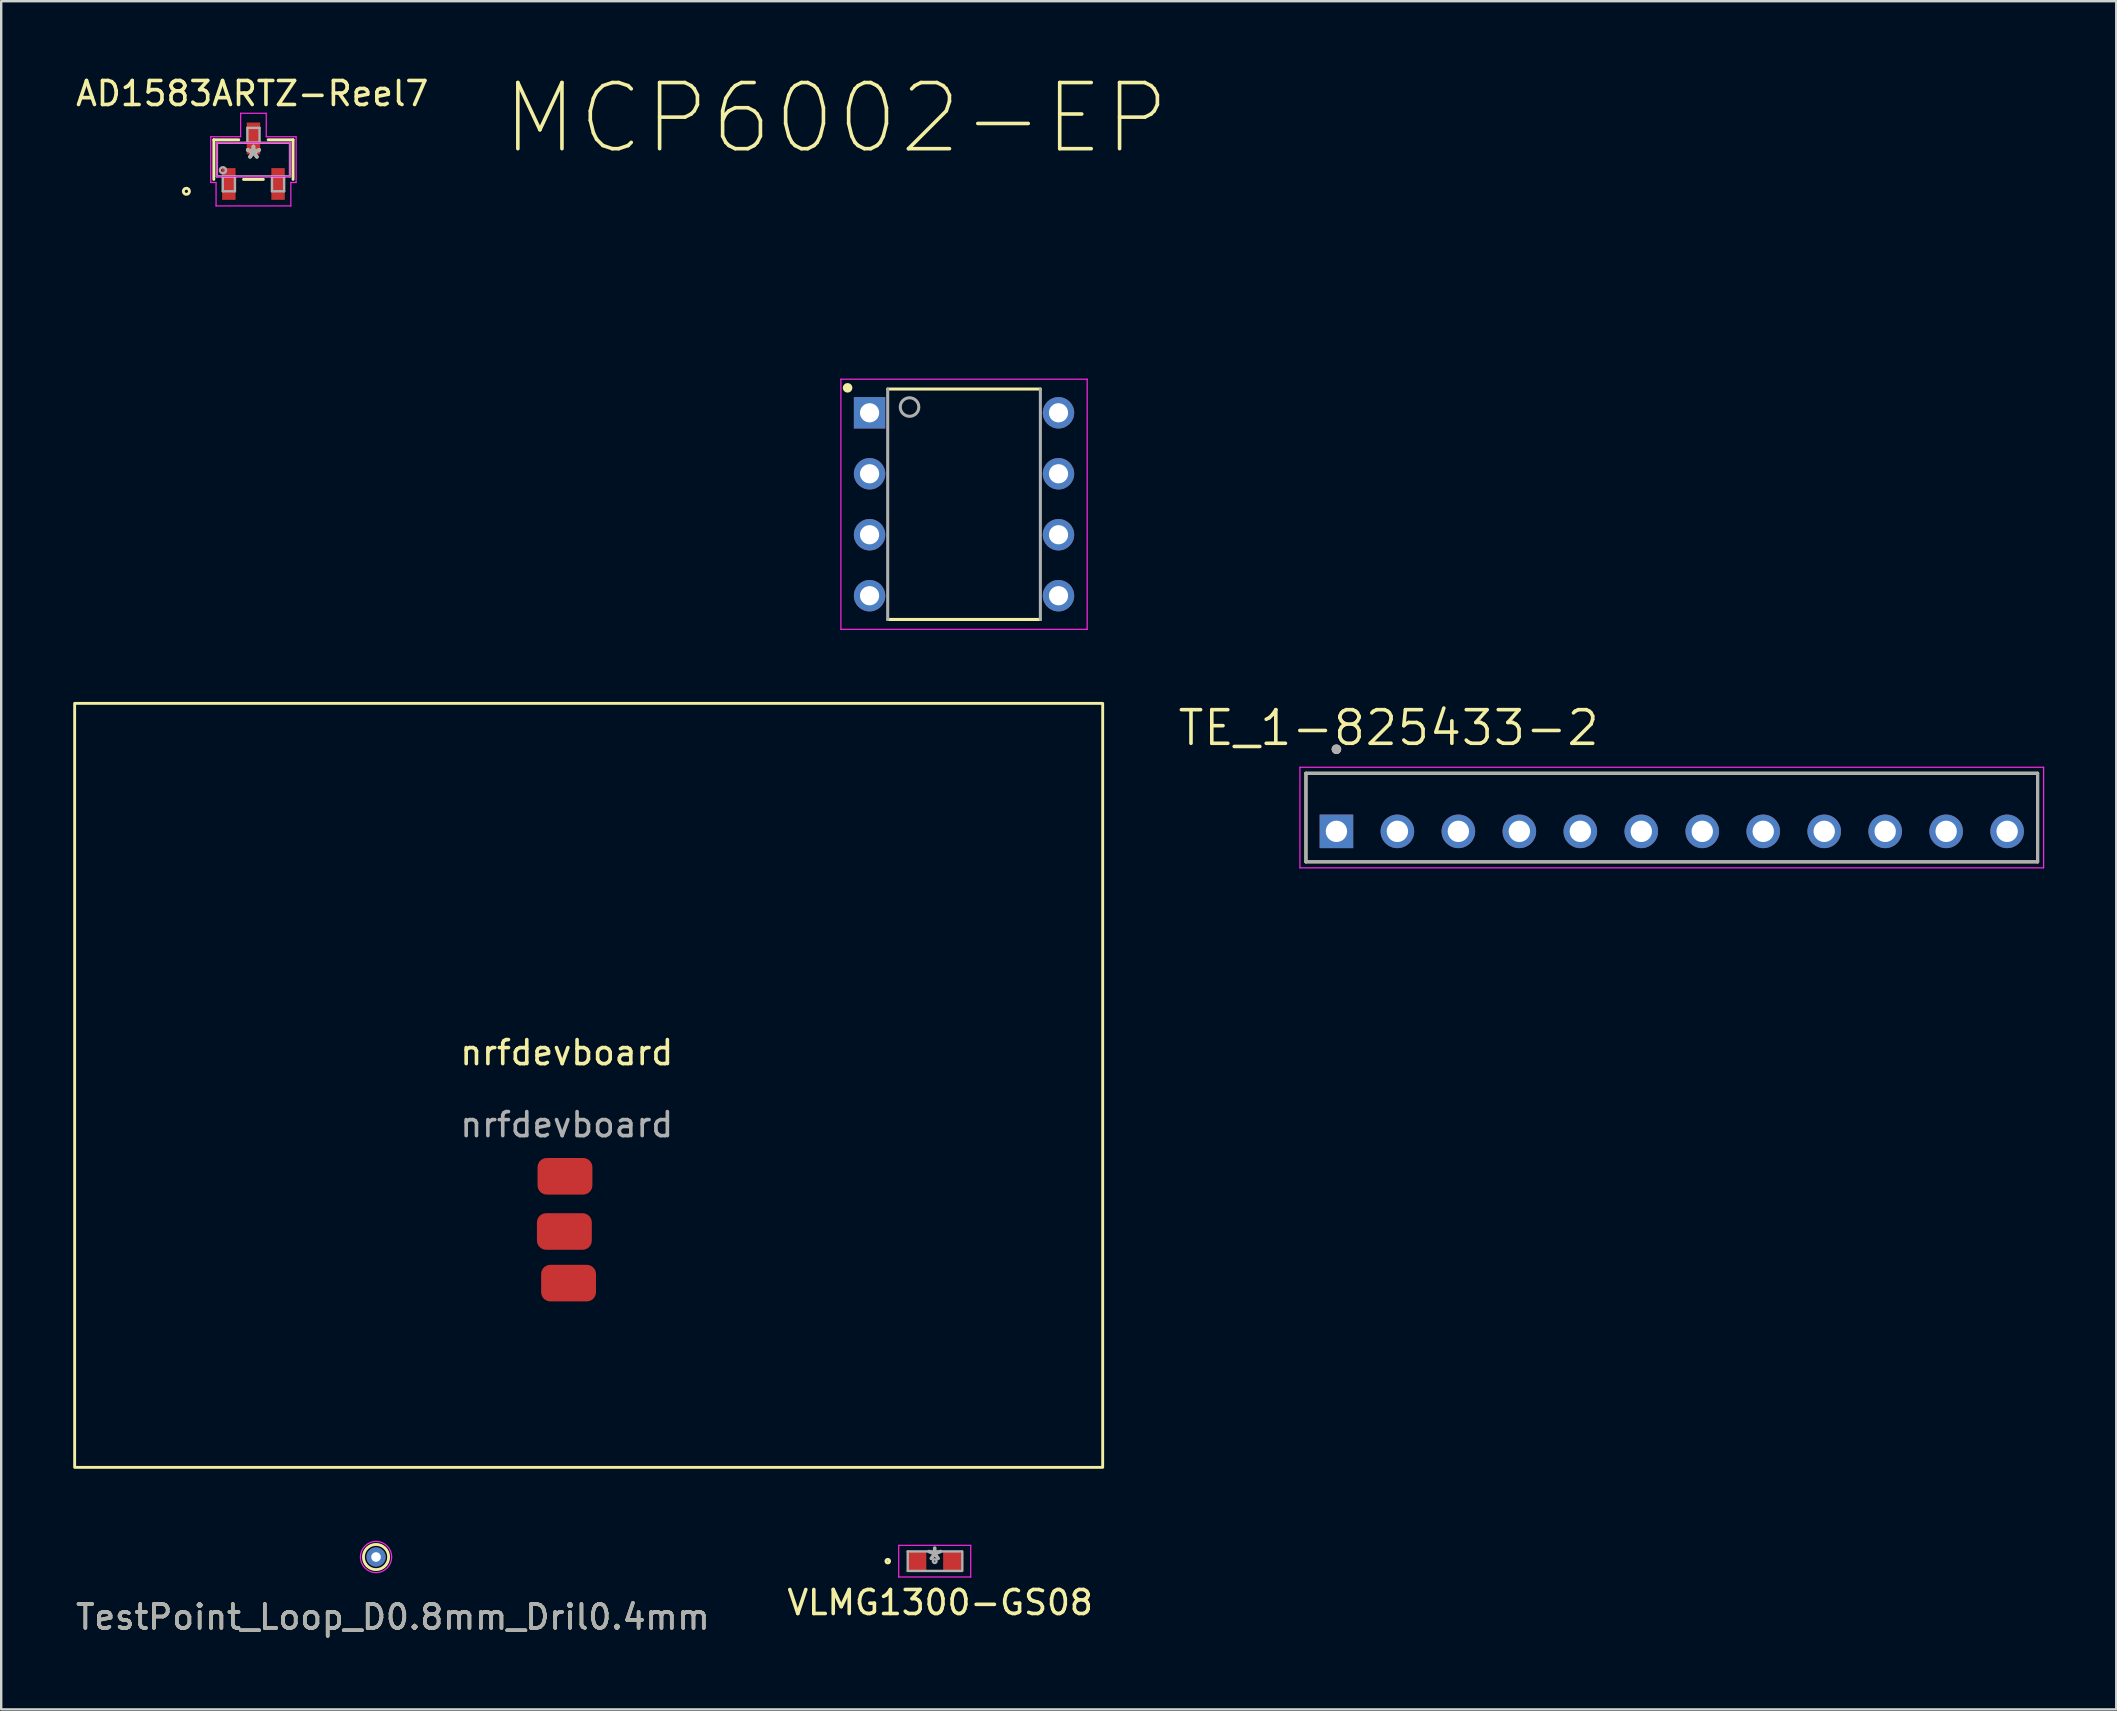
<source format=kicad_pcb>
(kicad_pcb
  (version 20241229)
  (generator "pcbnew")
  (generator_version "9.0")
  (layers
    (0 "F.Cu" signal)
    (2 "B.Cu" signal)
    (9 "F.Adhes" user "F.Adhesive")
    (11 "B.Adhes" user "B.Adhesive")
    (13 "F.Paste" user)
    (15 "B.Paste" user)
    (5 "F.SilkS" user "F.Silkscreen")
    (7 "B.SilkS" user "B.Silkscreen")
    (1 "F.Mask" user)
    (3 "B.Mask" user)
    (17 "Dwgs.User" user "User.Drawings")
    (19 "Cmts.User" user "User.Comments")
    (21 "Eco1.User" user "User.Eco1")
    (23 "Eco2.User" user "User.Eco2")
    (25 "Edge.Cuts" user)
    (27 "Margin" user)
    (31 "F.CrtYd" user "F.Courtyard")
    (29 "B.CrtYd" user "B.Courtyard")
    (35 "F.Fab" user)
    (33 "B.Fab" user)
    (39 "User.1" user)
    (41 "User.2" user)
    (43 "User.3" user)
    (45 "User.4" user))
  (footprint "nrfdevboard"
    (layer "F.Cu")
    (at 20.56 41.301)
    (property "Reference" "nrfdevboard" (at 0 -0.5 0) (unlocked yes) (layer "F.SilkS") (effects (font (size 1 1) (thickness 0.15))))
    (attr smd)
    (fp_rect (start -20.5 -15.05) (end 22.325 16.775) (stroke (width 0.12) (type solid)) (fill no) (layer "F.SilkS"))
    (fp_text user "${REFERENCE}" (at 0 2.5 0) (unlocked yes) (layer "F.Fab") (effects (font (size 1 1) (thickness 0.15))))
    (pad "1" smd roundrect (at -0.075 4.65) (size 2.286 1.524) (layers "F.Cu" "F.Mask" "F.Paste") (roundrect_rratio 0.25))
    (pad "2" smd roundrect (at -0.1 6.95) (size 2.286 1.524) (layers "F.Cu" "F.Mask" "F.Paste") (roundrect_rratio 0.25))
    (pad "3" smd roundrect (at 0.075 9.1) (size 2.286 1.524) (layers "F.Cu" "F.Mask" "F.Paste") (roundrect_rratio 0.25)))
  (footprint "TE_1-825433-2"
    (layer "F.Cu")
    (at 66.592 31.582)
    (property "Reference" "TE_1-825433-2" (at -11.795 -4.309 0) (layer "F.SilkS") (effects (font (size 1.4 1.4) (thickness 0.15))))
    (attr through_hole)
    (fp_line (start -15.24 -2.42) (end 15.24 -2.42) (stroke (width 0.127) (type solid)) (layer "F.SilkS"))
    (fp_line (start -15.24 1.27) (end -15.24 -2.42) (stroke (width 0.127) (type solid)) (layer "F.SilkS"))
    (fp_line (start 15.24 -2.42) (end 15.24 1.27) (stroke (width 0.127) (type solid)) (layer "F.SilkS"))
    (fp_line (start 15.24 1.27) (end -15.24 1.27) (stroke (width 0.127) (type solid)) (layer "F.SilkS"))
    (fp_circle (center -13.97 -3.42) (end -13.87 -3.42) (stroke (width 0.2) (type solid)) (fill no) (layer "F.SilkS"))
    (fp_line (start -15.49 -2.67) (end 15.49 -2.67) (stroke (width 0.05) (type solid)) (layer "F.CrtYd"))
    (fp_line (start -15.49 1.52) (end -15.49 -2.67) (stroke (width 0.05) (type solid)) (layer "F.CrtYd"))
    (fp_line (start 15.49 -2.67) (end 15.49 1.52) (stroke (width 0.05) (type solid)) (layer "F.CrtYd"))
    (fp_line (start 15.49 1.52) (end -15.49 1.52) (stroke (width 0.05) (type solid)) (layer "F.CrtYd"))
    (fp_line (start -15.24 -2.42) (end 15.24 -2.42) (stroke (width 0.127) (type solid)) (layer "F.Fab"))
    (fp_line (start -15.24 1.27) (end -15.24 -2.42) (stroke (width 0.127) (type solid)) (layer "F.Fab"))
    (fp_line (start 15.24 -2.42) (end 15.24 1.27) (stroke (width 0.127) (type solid)) (layer "F.Fab"))
    (fp_line (start 15.24 1.27) (end -15.24 1.27) (stroke (width 0.127) (type solid)) (layer "F.Fab"))
    (fp_circle (center -13.97 -3.42) (end -13.87 -3.42) (stroke (width 0.2) (type solid)) (fill no) (layer "F.Fab"))
    (pad "1" thru_hole rect (at -13.97 0) (size 1.398 1.398) (drill 0.89) (layers "*.Cu" "*.Mask"))
    (pad "2" thru_hole circle (at -11.43 0) (size 1.398 1.398) (drill 0.89) (layers "*.Cu" "*.Mask"))
    (pad "3" thru_hole circle (at -8.89 0) (size 1.398 1.398) (drill 0.89) (layers "*.Cu" "*.Mask"))
    (pad "4" thru_hole circle (at -6.35 0) (size 1.398 1.398) (drill 0.89) (layers "*.Cu" "*.Mask"))
    (pad "5" thru_hole circle (at -3.81 0) (size 1.398 1.398) (drill 0.89) (layers "*.Cu" "*.Mask"))
    (pad "6" thru_hole circle (at -1.27 0) (size 1.398 1.398) (drill 0.89) (layers "*.Cu" "*.Mask"))
    (pad "7" thru_hole circle (at 1.27 0) (size 1.398 1.398) (drill 0.89) (layers "*.Cu" "*.Mask"))
    (pad "8" thru_hole circle (at 3.81 0) (size 1.398 1.398) (drill 0.89) (layers "*.Cu" "*.Mask"))
    (pad "9" thru_hole circle (at 6.35 0) (size 1.398 1.398) (drill 0.89) (layers "*.Cu" "*.Mask"))
    (pad "10" thru_hole circle (at 8.89 0) (size 1.398 1.398) (drill 0.89) (layers "*.Cu" "*.Mask"))
    (pad "11" thru_hole circle (at 11.43 0) (size 1.398 1.398) (drill 0.89) (layers "*.Cu" "*.Mask"))
    (pad "12" thru_hole circle (at 13.97 0) (size 1.398 1.398) (drill 0.89) (layers "*.Cu" "*.Mask")))
  (footprint "AD1583ARTZ-Reel7"
    (layer "F.Cu")
    (at 7.508 3.598)
    (property "Reference" "AD1583ARTZ-Reel7" (at -0.05 -2.75 0) (layer "F.SilkS") (effects (font (size 1 1) (thickness 0.15))))
    (attr through_hole)
    (fp_line (start -1.651 -0.826) (end -1.651 0.826) (stroke (width 0.12) (type solid)) (layer "F.SilkS"))
    (fp_line (start -0.612 -0.826) (end -1.651 -0.826) (stroke (width 0.12) (type solid)) (layer "F.SilkS"))
    (fp_line (start -0.413 0.826) (end 0.413 0.826) (stroke (width 0.12) (type solid)) (layer "F.SilkS"))
    (fp_line (start 1.651 -0.826) (end 0.612 -0.826) (stroke (width 0.12) (type solid)) (layer "F.SilkS"))
    (fp_line (start 1.651 0.826) (end 1.651 -0.826) (stroke (width 0.12) (type solid)) (layer "F.SilkS"))
    (fp_circle (center -2.794 1.321) (end -2.667 1.321) (stroke (width 0.12) (type solid)) (fill no) (layer "F.SilkS"))
    (fp_line (start -1.778 -0.953) (end -0.533 -0.953) (stroke (width 0.05) (type solid)) (layer "F.CrtYd"))
    (fp_line (start -1.778 0.953) (end -1.778 -0.953) (stroke (width 0.05) (type solid)) (layer "F.CrtYd"))
    (fp_line (start -1.558 0.953) (end -1.778 0.953) (stroke (width 0.05) (type solid)) (layer "F.CrtYd"))
    (fp_line (start -1.558 1.93) (end -1.558 0.953) (stroke (width 0.05) (type solid)) (layer "F.CrtYd"))
    (fp_line (start -1.524 -0.699) (end 1.524 -0.699) (stroke (width 0.05) (type solid)) (layer "F.CrtYd"))
    (fp_line (start -1.524 0.699) (end -1.524 -0.699) (stroke (width 0.05) (type solid)) (layer "F.CrtYd"))
    (fp_line (start -0.533 -1.93) (end 0.533 -1.93) (stroke (width 0.05) (type solid)) (layer "F.CrtYd"))
    (fp_line (start -0.533 -0.953) (end -0.533 -1.93) (stroke (width 0.05) (type solid)) (layer "F.CrtYd"))
    (fp_line (start 0.533 -0.953) (end 0.533 -1.93) (stroke (width 0.05) (type solid)) (layer "F.CrtYd"))
    (fp_line (start 1.524 -0.699) (end 1.524 0.699) (stroke (width 0.05) (type solid)) (layer "F.CrtYd"))
    (fp_line (start 1.524 0.699) (end -1.524 0.699) (stroke (width 0.05) (type solid)) (layer "F.CrtYd"))
    (fp_line (start 1.558 0.953) (end 1.558 1.93) (stroke (width 0.05) (type solid)) (layer "F.CrtYd"))
    (fp_line (start 1.558 1.93) (end -1.558 1.93) (stroke (width 0.05) (type solid)) (layer "F.CrtYd"))
    (fp_line (start 1.778 -0.953) (end 0.533 -0.953) (stroke (width 0.05) (type solid)) (layer "F.CrtYd"))
    (fp_line (start 1.778 -0.953) (end 1.778 0.953) (stroke (width 0.05) (type solid)) (layer "F.CrtYd"))
    (fp_line (start 1.778 0.953) (end 1.558 0.953) (stroke (width 0.05) (type solid)) (layer "F.CrtYd"))
    (fp_line (start -1.524 -0.699) (end -1.524 0.699) (stroke (width 0.1) (type solid)) (layer "F.Fab"))
    (fp_line (start -1.524 0.699) (end 1.524 0.699) (stroke (width 0.1) (type solid)) (layer "F.Fab"))
    (fp_line (start -1.279 0.699) (end -1.279 1.321) (stroke (width 0.1) (type solid)) (layer "F.Fab"))
    (fp_line (start -1.279 1.321) (end -0.771 1.321) (stroke (width 0.1) (type solid)) (layer "F.Fab"))
    (fp_line (start -0.771 0.699) (end -1.279 0.699) (stroke (width 0.1) (type solid)) (layer "F.Fab"))
    (fp_line (start -0.771 1.321) (end -0.771 0.699) (stroke (width 0.1) (type solid)) (layer "F.Fab"))
    (fp_line (start -0.254 -1.321) (end -0.254 -0.699) (stroke (width 0.1) (type solid)) (layer "F.Fab"))
    (fp_line (start -0.254 -0.699) (end 0.254 -0.699) (stroke (width 0.1) (type solid)) (layer "F.Fab"))
    (fp_line (start 0.254 -1.321) (end -0.254 -1.321) (stroke (width 0.1) (type solid)) (layer "F.Fab"))
    (fp_line (start 0.254 -0.699) (end 0.254 -1.321) (stroke (width 0.1) (type solid)) (layer "F.Fab"))
    (fp_line (start 0.771 0.699) (end 0.771 1.321) (stroke (width 0.1) (type solid)) (layer "F.Fab"))
    (fp_line (start 0.771 1.321) (end 1.279 1.321) (stroke (width 0.1) (type solid)) (layer "F.Fab"))
    (fp_line (start 1.279 0.699) (end 0.771 0.699) (stroke (width 0.1) (type solid)) (layer "F.Fab"))
    (fp_line (start 1.279 1.321) (end 1.279 0.699) (stroke (width 0.1) (type solid)) (layer "F.Fab"))
    (fp_line (start 1.524 -0.699) (end -1.524 -0.699) (stroke (width 0.1) (type solid)) (layer "F.Fab"))
    (fp_line (start 1.524 0.699) (end 1.524 -0.699) (stroke (width 0.1) (type solid)) (layer "F.Fab"))
    (fp_circle (center -1.27 0.445) (end -1.143 0.445) (stroke (width 0.1) (type solid)) (fill no) (layer "F.Fab"))
    (fp_text user "*" (at 0 0 0) (layer "F.SilkS") (effects (font (size 1 1) (thickness 0.15))))
    (fp_text user "*" (at 0 0 0) (layer "F.Fab") (effects (font (size 1 1) (thickness 0.15))))
    (pad "1" smd rect (at -1.025 1.016) (size 0.559 1.321) (layers "F.Cu" "F.Mask" "F.Paste"))
    (pad "2" smd rect (at 1.025 1.016) (size 0.559 1.321) (layers "F.Cu" "F.Mask" "F.Paste"))
    (pad "3" smd rect (at 0 -0.883) (size 0.559 1.321) (layers "F.Cu" "F.Mask" "F.Paste")))
  (footprint "MCP6002-EP"
    (layer "F.Cu")
    (at 37.109 17.956)
    (property "Reference" "MCP6002-EP" (at -5.332 -16.08 0) (layer "F.SilkS") (effects (font (size 2.756 2.756) (thickness 0.15))))
    (attr through_hole)
    (fp_line (start -3.18 -4.8) (end 3.18 -4.8) (stroke (width 0.127) (type solid)) (layer "F.SilkS"))
    (fp_line (start 3.18 4.8) (end -3.18 4.8) (stroke (width 0.127) (type solid)) (layer "F.SilkS"))
    (fp_circle (center -4.85 -4.85) (end -4.75 -4.85) (stroke (width 0.2) (type solid)) (fill no) (layer "F.SilkS"))
    (fp_line (start -5.13 -5.21) (end -5.13 5.21) (stroke (width 0.05) (type solid)) (layer "F.CrtYd"))
    (fp_line (start -5.13 5.21) (end 5.13 5.21) (stroke (width 0.05) (type solid)) (layer "F.CrtYd"))
    (fp_line (start 5.13 -5.21) (end -5.13 -5.21) (stroke (width 0.05) (type solid)) (layer "F.CrtYd"))
    (fp_line (start 5.13 5.21) (end 5.13 -5.21) (stroke (width 0.05) (type solid)) (layer "F.CrtYd"))
    (fp_line (start -3.18 4.8) (end -3.18 -4.8) (stroke (width 0.127) (type solid)) (layer "F.Fab"))
    (fp_line (start 3.18 -4.8) (end 3.18 4.8) (stroke (width 0.127) (type solid)) (layer "F.Fab"))
    (fp_circle (center -2.27 -4.05) (end -1.884 -4.05) (stroke (width 0.127) (type solid)) (fill no) (layer "F.Fab"))
    (pad "1" thru_hole rect (at -3.935 -3.81) (size 1.308 1.308) (drill 0.8) (layers "*.Cu" "*.Mask"))
    (pad "2" thru_hole circle (at -3.935 -1.27) (size 1.308 1.308) (drill 0.8) (layers "*.Cu" "*.Mask"))
    (pad "3" thru_hole circle (at -3.935 1.27) (size 1.308 1.308) (drill 0.8) (layers "*.Cu" "*.Mask"))
    (pad "4" thru_hole circle (at -3.935 3.81) (size 1.308 1.308) (drill 0.8) (layers "*.Cu" "*.Mask"))
    (pad "5" thru_hole circle (at 3.935 3.81) (size 1.308 1.308) (drill 0.8) (layers "*.Cu" "*.Mask"))
    (pad "6" thru_hole circle (at 3.935 1.27) (size 1.308 1.308) (drill 0.8) (layers "*.Cu" "*.Mask"))
    (pad "7" thru_hole circle (at 3.935 -1.27) (size 1.308 1.308) (drill 0.8) (layers "*.Cu" "*.Mask"))
    (pad "8" thru_hole circle (at 3.935 -3.81) (size 1.308 1.308) (drill 0.8) (layers "*.Cu" "*.Mask")))
  (footprint "VLMG1300-GS08"
    (layer "F.Cu")
    (at 35.888 61.984)
    (property "Reference" "VLMG1300-GS08" (at 0.225 1.725 0) (layer "F.SilkS") (effects (font (size 1 1) (thickness 0.15))))
    (attr through_hole)
    (fp_circle (center -1.956 0) (end -1.88 0) (stroke (width 0.12) (type solid)) (fill no) (layer "F.SilkS"))
    (fp_line (start -1.5 -0.66) (end 1.5 -0.66) (stroke (width 0.05) (type solid)) (layer "F.CrtYd"))
    (fp_line (start -1.5 0.66) (end -1.5 -0.66) (stroke (width 0.05) (type solid)) (layer "F.CrtYd"))
    (fp_line (start 1.5 -0.66) (end 1.5 0.66) (stroke (width 0.05) (type solid)) (layer "F.CrtYd"))
    (fp_line (start 1.5 0.66) (end -1.5 0.66) (stroke (width 0.05) (type solid)) (layer "F.CrtYd"))
    (fp_line (start -1.125 -0.406) (end -1.125 0.406) (stroke (width 0.1) (type solid)) (layer "F.Fab"))
    (fp_line (start -1.125 0.406) (end 1.125 0.406) (stroke (width 0.1) (type solid)) (layer "F.Fab"))
    (fp_line (start 1.125 -0.406) (end -1.125 -0.406) (stroke (width 0.1) (type solid)) (layer "F.Fab"))
    (fp_line (start 1.15 0.406) (end 1.15 -0.406) (stroke (width 0.1) (type solid)) (layer "F.Fab"))
    (fp_circle (center 0 0) (end 0.076 0) (stroke (width 0.1) (type solid)) (fill no) (layer "F.Fab"))
    (fp_text user "*" (at 0 0 0) (layer "F.Fab") (effects (font (size 1 1) (thickness 0.15))))
    (pad "1" smd rect (at -0.75 0) (size 0.8 0.8) (layers "F.Cu" "F.Mask" "F.Paste"))
    (pad "2" smd rect (at 0.75 0) (size 0.8 0.8) (layers "F.Cu" "F.Mask" "F.Paste")))
  (footprint "TestPoint_Loop_D0.8mm_Dril0.4mm"
    (layer "F.Cu")
    (at 12.615 61.811)
    (property "Reference" "TestPoint_Loop_D0.8mm_Dril0.4mm" (at 0.7 2.5 0) (layer "F.SilkS") (effects (font (size 1 1) (thickness 0.15))))
    (attr through_hole)
    (fp_circle (center 0 0) (end 0.525 0) (stroke (width 0.12) (type solid)) (fill no) (layer "F.SilkS"))
    (fp_circle (center 0 0) (end 0.65 0) (stroke (width 0.05) (type solid)) (fill no) (layer "F.CrtYd"))
    (fp_text user "${REFERENCE}" (at 0.7 2.5 0) (layer "F.Fab") (effects (font (size 1 1) (thickness 0.15))))
    (pad "1" thru_hole circle (at 0 0) (size 0.8 0.8) (drill 0.4) (layers "*.Cu" "*.Mask")))
  (gr_rect
    (start -3 -3)
    (end 85.107 68.159)
    (stroke (width 0.1) (type default))
    (fill no)
    (layer "Edge.Cuts")))
</source>
